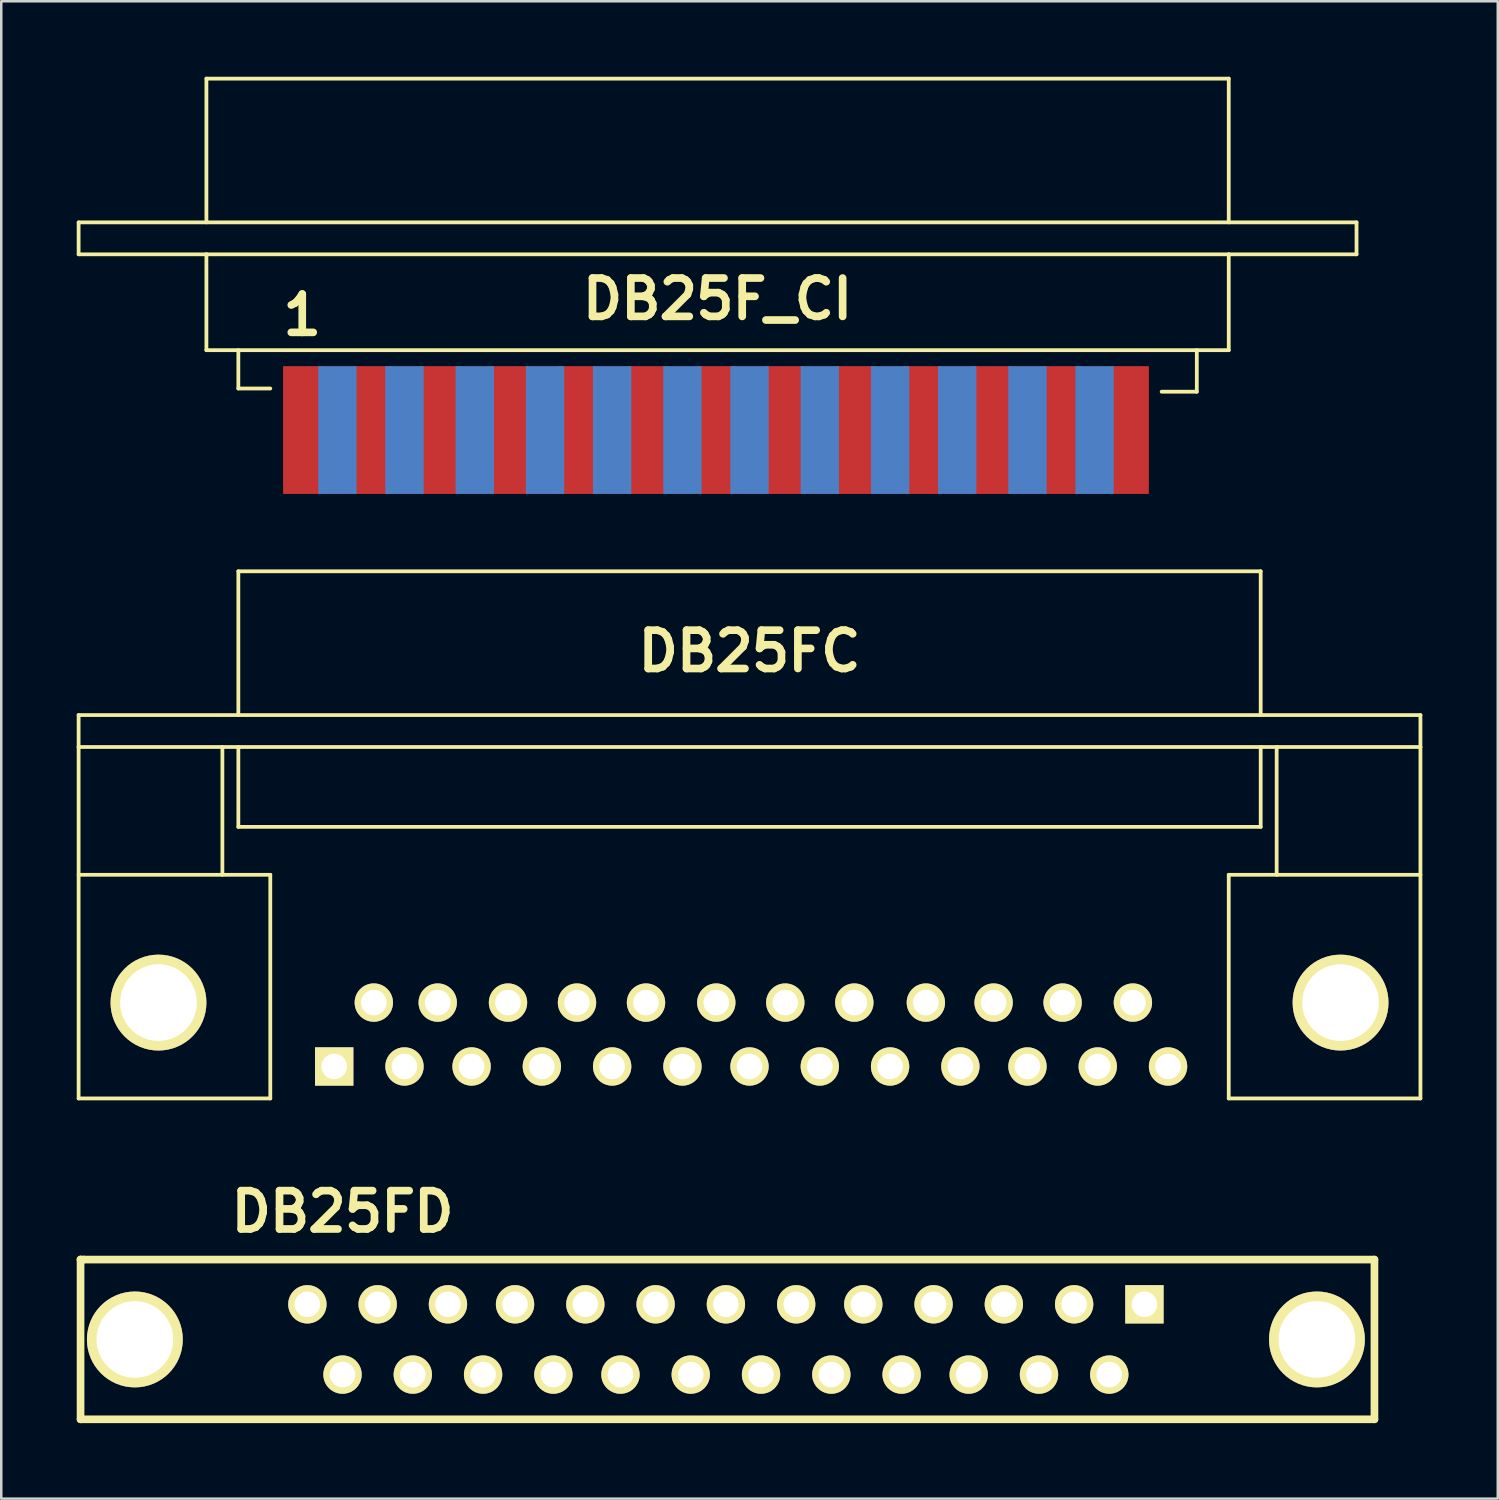
<source format=kicad_pcb>
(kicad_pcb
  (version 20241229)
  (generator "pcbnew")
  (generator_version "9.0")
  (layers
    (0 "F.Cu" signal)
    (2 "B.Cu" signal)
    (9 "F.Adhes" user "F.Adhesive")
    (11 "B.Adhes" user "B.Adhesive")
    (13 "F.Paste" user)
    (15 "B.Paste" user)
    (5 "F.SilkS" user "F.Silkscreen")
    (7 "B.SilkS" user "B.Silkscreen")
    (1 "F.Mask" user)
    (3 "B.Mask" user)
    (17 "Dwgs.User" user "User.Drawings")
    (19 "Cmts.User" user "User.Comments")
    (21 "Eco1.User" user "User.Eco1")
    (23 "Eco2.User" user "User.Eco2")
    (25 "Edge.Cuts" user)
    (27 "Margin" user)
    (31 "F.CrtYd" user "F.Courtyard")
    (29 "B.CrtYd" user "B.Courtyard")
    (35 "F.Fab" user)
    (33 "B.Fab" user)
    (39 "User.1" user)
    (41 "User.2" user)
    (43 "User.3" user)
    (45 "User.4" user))
  (footprint "DB25FD"
    (layer "F.Cu")
    (at 25.806 50.196)
    (property "Reference" "DB25FD" (at -15.24 -5.08 180) (layer "F.SilkS") (effects (font (size 1.524 1.524) (thickness 0.305))))
    (attr through_hole)
    (fp_line (start -25.654 -3.175) (end -25.654 -3.175) (stroke (width 0.305) (type solid)) (layer "F.SilkS"))
    (fp_line (start -25.654 -3.175) (end -25.654 3.175) (stroke (width 0.305) (type solid)) (layer "F.SilkS"))
    (fp_line (start -25.654 3.175) (end 25.781 3.175) (stroke (width 0.305) (type solid)) (layer "F.SilkS"))
    (fp_line (start -25.527 -3.175) (end -25.654 -3.175) (stroke (width 0.305) (type solid)) (layer "F.SilkS"))
    (fp_line (start 25.781 -3.175) (end -25.527 -3.175) (stroke (width 0.305) (type solid)) (layer "F.SilkS"))
    (fp_line (start 25.781 3.175) (end 25.781 -3.175) (stroke (width 0.305) (type solid)) (layer "F.SilkS"))
    (pad "0" thru_hole circle (at -23.495 0) (size 3.81 3.81) (drill 3.048) (layers "*.Cu" "*.Mask" "F.SilkS"))
    (pad "0" thru_hole circle (at 23.495 0) (size 3.81 3.81) (drill 3.048) (layers "*.Cu" "*.Mask" "F.SilkS"))
    (pad "1" thru_hole rect (at 16.637 -1.397) (size 1.524 1.524) (drill 1.016) (layers "*.Cu" "*.Mask" "F.SilkS"))
    (pad "2" thru_hole circle (at 13.843 -1.397) (size 1.524 1.524) (drill 1.016) (layers "*.Cu" "*.Mask" "F.SilkS"))
    (pad "3" thru_hole circle (at 11.049 -1.397) (size 1.524 1.524) (drill 1.016) (layers "*.Cu" "*.Mask" "F.SilkS"))
    (pad "4" thru_hole circle (at 8.255 -1.397) (size 1.524 1.524) (drill 1.016) (layers "*.Cu" "*.Mask" "F.SilkS"))
    (pad "5" thru_hole circle (at 5.461 -1.397) (size 1.524 1.524) (drill 1.016) (layers "*.Cu" "*.Mask" "F.SilkS"))
    (pad "6" thru_hole circle (at 2.794 -1.397) (size 1.524 1.524) (drill 1.016) (layers "*.Cu" "*.Mask" "F.SilkS"))
    (pad "7" thru_hole circle (at 0 -1.397) (size 1.524 1.524) (drill 1.016) (layers "*.Cu" "*.Mask" "F.SilkS"))
    (pad "8" thru_hole circle (at -2.794 -1.397) (size 1.524 1.524) (drill 1.016) (layers "*.Cu" "*.Mask" "F.SilkS"))
    (pad "9" thru_hole circle (at -5.588 -1.397) (size 1.524 1.524) (drill 1.016) (layers "*.Cu" "*.Mask" "F.SilkS"))
    (pad "10" thru_hole circle (at -8.382 -1.397) (size 1.524 1.524) (drill 1.016) (layers "*.Cu" "*.Mask" "F.SilkS"))
    (pad "11" thru_hole circle (at -11.049 -1.397) (size 1.524 1.524) (drill 1.016) (layers "*.Cu" "*.Mask" "F.SilkS"))
    (pad "12" thru_hole circle (at -13.843 -1.397) (size 1.524 1.524) (drill 1.016) (layers "*.Cu" "*.Mask" "F.SilkS"))
    (pad "13" thru_hole circle (at -16.637 -1.397) (size 1.524 1.524) (drill 1.016) (layers "*.Cu" "*.Mask" "F.SilkS"))
    (pad "14" thru_hole circle (at 15.24 1.397) (size 1.524 1.524) (drill 1.016) (layers "*.Cu" "*.Mask" "F.SilkS"))
    (pad "15" thru_hole circle (at 12.446 1.397) (size 1.524 1.524) (drill 1.016) (layers "*.Cu" "*.Mask" "F.SilkS"))
    (pad "16" thru_hole circle (at 9.652 1.397) (size 1.524 1.524) (drill 1.016) (layers "*.Cu" "*.Mask" "F.SilkS"))
    (pad "17" thru_hole circle (at 6.985 1.397) (size 1.524 1.524) (drill 1.016) (layers "*.Cu" "*.Mask" "F.SilkS"))
    (pad "18" thru_hole circle (at 4.191 1.397) (size 1.524 1.524) (drill 1.016) (layers "*.Cu" "*.Mask" "F.SilkS"))
    (pad "19" thru_hole circle (at 1.397 1.397) (size 1.524 1.524) (drill 1.016) (layers "*.Cu" "*.Mask" "F.SilkS"))
    (pad "20" thru_hole circle (at -1.397 1.397) (size 1.524 1.524) (drill 1.016) (layers "*.Cu" "*.Mask" "F.SilkS"))
    (pad "21" thru_hole circle (at -4.191 1.397) (size 1.524 1.524) (drill 1.016) (layers "*.Cu" "*.Mask" "F.SilkS"))
    (pad "22" thru_hole circle (at -6.858 1.397) (size 1.524 1.524) (drill 1.016) (layers "*.Cu" "*.Mask" "F.SilkS"))
    (pad "23" thru_hole circle (at -9.652 1.397) (size 1.524 1.524) (drill 1.016) (layers "*.Cu" "*.Mask" "F.SilkS"))
    (pad "24" thru_hole circle (at -12.446 1.397) (size 1.524 1.524) (drill 1.016) (layers "*.Cu" "*.Mask" "F.SilkS"))
    (pad "25" thru_hole circle (at -15.24 1.397) (size 1.524 1.524) (drill 1.016) (layers "*.Cu" "*.Mask" "F.SilkS")))
  (footprint "DB25FC"
    (layer "F.Cu")
    (at 26.745 38.075)
    (property "Reference" "DB25FC" (at 0 -15.24 0) (layer "F.SilkS") (effects (font (size 1.524 1.524) (thickness 0.305))))
    (attr through_hole)
    (fp_line (start -26.67 -12.7) (end -26.67 -11.43) (stroke (width 0.15) (type solid)) (layer "F.SilkS"))
    (fp_line (start -26.67 -11.43) (end 26.67 -11.43) (stroke (width 0.15) (type solid)) (layer "F.SilkS"))
    (fp_line (start -26.67 -6.35) (end -19.05 -6.35) (stroke (width 0.15) (type solid)) (layer "F.SilkS"))
    (fp_line (start -26.67 2.54) (end -26.67 -11.43) (stroke (width 0.15) (type solid)) (layer "F.SilkS"))
    (fp_line (start -26.67 2.54) (end -19.05 2.54) (stroke (width 0.15) (type solid)) (layer "F.SilkS"))
    (fp_line (start -20.955 -11.43) (end -20.955 -6.35) (stroke (width 0.15) (type solid)) (layer "F.SilkS"))
    (fp_line (start -20.32 -18.415) (end -20.32 -12.7) (stroke (width 0.15) (type solid)) (layer "F.SilkS"))
    (fp_line (start -20.32 -18.415) (end 20.32 -18.415) (stroke (width 0.15) (type solid)) (layer "F.SilkS"))
    (fp_line (start -20.32 -8.255) (end -20.32 -11.43) (stroke (width 0.15) (type solid)) (layer "F.SilkS"))
    (fp_line (start -20.32 -8.255) (end 20.32 -8.255) (stroke (width 0.15) (type solid)) (layer "F.SilkS"))
    (fp_line (start -19.05 -6.35) (end -19.05 2.54) (stroke (width 0.15) (type solid)) (layer "F.SilkS"))
    (fp_line (start 19.05 -6.35) (end 19.05 2.54) (stroke (width 0.15) (type solid)) (layer "F.SilkS"))
    (fp_line (start 19.05 2.54) (end 26.67 2.54) (stroke (width 0.15) (type solid)) (layer "F.SilkS"))
    (fp_line (start 20.32 -18.415) (end 20.32 -12.7) (stroke (width 0.15) (type solid)) (layer "F.SilkS"))
    (fp_line (start 20.32 -8.255) (end 20.32 -11.43) (stroke (width 0.15) (type solid)) (layer "F.SilkS"))
    (fp_line (start 20.955 -11.43) (end 20.955 -6.35) (stroke (width 0.15) (type solid)) (layer "F.SilkS"))
    (fp_line (start 26.67 -12.7) (end -26.67 -12.7) (stroke (width 0.15) (type solid)) (layer "F.SilkS"))
    (fp_line (start 26.67 -11.43) (end 26.67 -12.7) (stroke (width 0.15) (type solid)) (layer "F.SilkS"))
    (fp_line (start 26.67 -11.43) (end 26.67 2.54) (stroke (width 0.15) (type solid)) (layer "F.SilkS"))
    (fp_line (start 26.67 -6.35) (end 19.05 -6.35) (stroke (width 0.15) (type solid)) (layer "F.SilkS"))
    (pad "" thru_hole circle (at -23.495 -1.27) (size 3.81 3.81) (drill 3.048) (layers "*.Cu" "*.Mask" "F.SilkS"))
    (pad "" thru_hole circle (at 23.495 -1.27) (size 3.81 3.81) (drill 3.048) (layers "*.Cu" "*.Mask" "F.SilkS"))
    (pad "1" thru_hole rect (at -16.51 1.27) (size 1.524 1.524) (drill 1.016) (layers "*.Cu" "*.Mask" "F.SilkS"))
    (pad "2" thru_hole circle (at -13.716 1.27) (size 1.524 1.524) (drill 1.016) (layers "*.Cu" "*.Mask" "F.SilkS"))
    (pad "3" thru_hole circle (at -11.049 1.27) (size 1.524 1.524) (drill 1.016) (layers "*.Cu" "*.Mask" "F.SilkS"))
    (pad "4" thru_hole circle (at -8.255 1.27) (size 1.524 1.524) (drill 1.016) (layers "*.Cu" "*.Mask" "F.SilkS"))
    (pad "5" thru_hole circle (at -5.461 1.27) (size 1.524 1.524) (drill 1.016) (layers "*.Cu" "*.Mask" "F.SilkS"))
    (pad "6" thru_hole circle (at -2.667 1.27) (size 1.524 1.524) (drill 1.016) (layers "*.Cu" "*.Mask" "F.SilkS"))
    (pad "7" thru_hole circle (at 0 1.27) (size 1.524 1.524) (drill 1.016) (layers "*.Cu" "*.Mask" "F.SilkS"))
    (pad "8" thru_hole circle (at 2.794 1.27) (size 1.524 1.524) (drill 1.016) (layers "*.Cu" "*.Mask" "F.SilkS"))
    (pad "9" thru_hole circle (at 5.588 1.27) (size 1.524 1.524) (drill 1.016) (layers "*.Cu" "*.Mask" "F.SilkS"))
    (pad "10" thru_hole circle (at 8.382 1.27) (size 1.524 1.524) (drill 1.016) (layers "*.Cu" "*.Mask" "F.SilkS"))
    (pad "11" thru_hole circle (at 11.049 1.27) (size 1.524 1.524) (drill 1.016) (layers "*.Cu" "*.Mask" "F.SilkS"))
    (pad "12" thru_hole circle (at 13.843 1.27) (size 1.524 1.524) (drill 1.016) (layers "*.Cu" "*.Mask" "F.SilkS"))
    (pad "13" thru_hole circle (at 16.637 1.27) (size 1.524 1.524) (drill 1.016) (layers "*.Cu" "*.Mask" "F.SilkS"))
    (pad "14" thru_hole circle (at -14.935 -1.27) (size 1.524 1.524) (drill 1.016) (layers "*.Cu" "*.Mask" "F.SilkS"))
    (pad "15" thru_hole circle (at -12.395 -1.27) (size 1.524 1.524) (drill 1.016) (layers "*.Cu" "*.Mask" "F.SilkS"))
    (pad "16" thru_hole circle (at -9.601 -1.27) (size 1.524 1.524) (drill 1.016) (layers "*.Cu" "*.Mask" "F.SilkS"))
    (pad "17" thru_hole circle (at -6.858 -1.27) (size 1.524 1.524) (drill 1.016) (layers "*.Cu" "*.Mask" "F.SilkS"))
    (pad "18" thru_hole circle (at -4.115 -1.27) (size 1.524 1.524) (drill 1.016) (layers "*.Cu" "*.Mask" "F.SilkS"))
    (pad "19" thru_hole circle (at -1.321 -1.27) (size 1.524 1.524) (drill 1.016) (layers "*.Cu" "*.Mask" "F.SilkS"))
    (pad "20" thru_hole circle (at 1.422 -1.27) (size 1.524 1.524) (drill 1.016) (layers "*.Cu" "*.Mask" "F.SilkS"))
    (pad "21" thru_hole circle (at 4.166 -1.27) (size 1.524 1.524) (drill 1.016) (layers "*.Cu" "*.Mask" "F.SilkS"))
    (pad "22" thru_hole circle (at 7.01 -1.27) (size 1.524 1.524) (drill 1.016) (layers "*.Cu" "*.Mask" "F.SilkS"))
    (pad "23" thru_hole circle (at 9.703 -1.27) (size 1.524 1.524) (drill 1.016) (layers "*.Cu" "*.Mask" "F.SilkS"))
    (pad "24" thru_hole circle (at 12.446 -1.27) (size 1.524 1.524) (drill 1.016) (layers "*.Cu" "*.Mask" "F.SilkS"))
    (pad "25" thru_hole circle (at 15.24 -1.27) (size 1.524 1.524) (drill 1.016) (layers "*.Cu" "*.Mask" "F.SilkS")))
  (footprint "DB25F_CI"
    (layer "F.Cu")
    (at 25.475 11.378)
    (property "Reference" "DB25F_CI" (at 0 -2.54 180) (layer "F.SilkS") (effects (font (size 1.524 1.524) (thickness 0.305))))
    (attr through_hole)
    (fp_line (start -25.4 -5.588) (end 25.4 -5.588) (stroke (width 0.15) (type solid)) (layer "F.SilkS"))
    (fp_line (start -25.4 -4.318) (end -25.4 -5.588) (stroke (width 0.15) (type solid)) (layer "F.SilkS"))
    (fp_line (start -20.32 -11.303) (end 20.32 -11.303) (stroke (width 0.15) (type solid)) (layer "F.SilkS"))
    (fp_line (start -20.32 -5.588) (end -20.32 -11.303) (stroke (width 0.15) (type solid)) (layer "F.SilkS"))
    (fp_line (start -20.32 -4.318) (end -25.4 -4.318) (stroke (width 0.15) (type solid)) (layer "F.SilkS"))
    (fp_line (start -20.32 -4.318) (end 20.32 -4.318) (stroke (width 0.15) (type solid)) (layer "F.SilkS"))
    (fp_line (start -20.32 -0.508) (end -20.32 -4.318) (stroke (width 0.15) (type solid)) (layer "F.SilkS"))
    (fp_line (start -19.05 -0.508) (end -19.05 1.016) (stroke (width 0.15) (type solid)) (layer "F.SilkS"))
    (fp_line (start -19.05 1.016) (end -17.78 1.016) (stroke (width 0.15) (type solid)) (layer "F.SilkS"))
    (fp_line (start 19.05 -0.508) (end 19.05 1.143) (stroke (width 0.15) (type solid)) (layer "F.SilkS"))
    (fp_line (start 19.05 1.143) (end 17.653 1.143) (stroke (width 0.15) (type solid)) (layer "F.SilkS"))
    (fp_line (start 20.32 -11.303) (end 20.32 -5.588) (stroke (width 0.15) (type solid)) (layer "F.SilkS"))
    (fp_line (start 20.32 -4.318) (end 20.32 -0.508) (stroke (width 0.15) (type solid)) (layer "F.SilkS"))
    (fp_line (start 20.32 -0.508) (end -20.32 -0.508) (stroke (width 0.15) (type solid)) (layer "F.SilkS"))
    (fp_line (start 25.4 -5.588) (end 25.4 -4.318) (stroke (width 0.15) (type solid)) (layer "F.SilkS"))
    (fp_line (start 25.4 -4.318) (end 20.32 -4.318) (stroke (width 0.15) (type solid)) (layer "F.SilkS"))
    (fp_text user "1" (at -16.51 -1.905 180) (layer "F.SilkS") (effects (font (size 1.524 1.524) (thickness 0.305))))
    (pad "1" connect rect (at -16.51 2.667 90) (size 5.08 1.524) (layers "F.Cu" "F.Mask"))
    (pad "2" connect rect (at -13.716 2.667 90) (size 5.08 1.524) (layers "F.Cu" "F.Mask"))
    (pad "3" connect rect (at -11.049 2.667 90) (size 5.08 1.524) (layers "F.Cu" "F.Mask"))
    (pad "4" connect rect (at -8.255 2.667 90) (size 5.08 1.524) (layers "F.Cu" "F.Mask"))
    (pad "5" connect rect (at -5.588 2.667 90) (size 5.08 1.524) (layers "F.Cu" "F.Mask"))
    (pad "6" connect rect (at -2.794 2.667 90) (size 5.08 1.524) (layers "F.Cu" "F.Mask"))
    (pad "7" connect rect (at 0 2.667 90) (size 5.08 1.524) (layers "F.Cu" "F.Mask"))
    (pad "8" connect rect (at 2.667 2.667 90) (size 5.08 1.524) (layers "F.Cu" "F.Mask"))
    (pad "9" connect rect (at 5.461 2.667 90) (size 5.08 1.524) (layers "F.Cu" "F.Mask"))
    (pad "10" connect rect (at 8.128 2.667 90) (size 5.08 1.524) (layers "F.Cu" "F.Mask"))
    (pad "11" connect rect (at 10.922 2.667 90) (size 5.08 1.524) (layers "F.Cu" "F.Mask"))
    (pad "12" connect rect (at 13.716 2.667 90) (size 5.08 1.524) (layers "F.Cu" "F.Mask"))
    (pad "13" connect rect (at 16.383 2.667 90) (size 5.08 1.524) (layers "F.Cu" "F.Mask"))
    (pad "14" connect rect (at -15.113 2.667 90) (size 5.08 1.524) (layers "B.Cu" "B.Mask"))
    (pad "15" connect rect (at -12.446 2.667 90) (size 5.08 1.524) (layers "B.Cu" "B.Mask"))
    (pad "16" connect rect (at -9.652 2.667 90) (size 5.08 1.524) (layers "B.Cu" "B.Mask"))
    (pad "17" connect rect (at -6.858 2.667 90) (size 5.08 1.524) (layers "B.Cu" "B.Mask"))
    (pad "18" connect rect (at -4.191 2.667 90) (size 5.08 1.524) (layers "B.Cu" "B.Mask"))
    (pad "19" connect rect (at -1.397 2.667 90) (size 5.08 1.524) (layers "B.Cu" "B.Mask"))
    (pad "20" connect rect (at 1.27 2.667 90) (size 5.08 1.524) (layers "B.Cu" "B.Mask"))
    (pad "21" connect rect (at 4.064 2.667 90) (size 5.08 1.524) (layers "B.Cu" "B.Mask"))
    (pad "22" connect rect (at 6.858 2.667 90) (size 5.08 1.524) (layers "B.Cu" "B.Mask"))
    (pad "23" connect rect (at 9.525 2.667 90) (size 5.08 1.524) (layers "B.Cu" "B.Mask"))
    (pad "24" connect rect (at 12.319 2.667 90) (size 5.08 1.524) (layers "B.Cu" "B.Mask"))
    (pad "25" connect rect (at 14.986 2.667 90) (size 5.08 1.524) (layers "B.Cu" "B.Mask")))
  (gr_rect
    (start -3 -3)
    (end 56.49 56.524)
    (stroke (width 0.1) (type default))
    (fill no)
    (layer "Edge.Cuts")))
</source>
